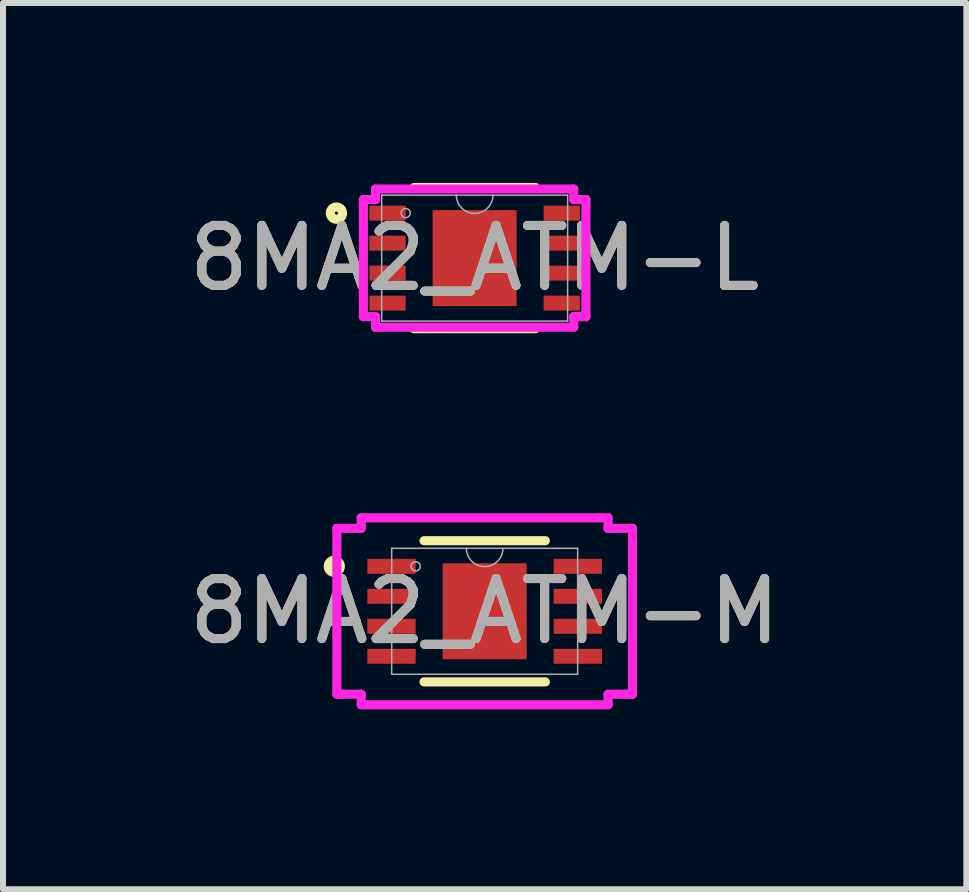
<source format=kicad_pcb>
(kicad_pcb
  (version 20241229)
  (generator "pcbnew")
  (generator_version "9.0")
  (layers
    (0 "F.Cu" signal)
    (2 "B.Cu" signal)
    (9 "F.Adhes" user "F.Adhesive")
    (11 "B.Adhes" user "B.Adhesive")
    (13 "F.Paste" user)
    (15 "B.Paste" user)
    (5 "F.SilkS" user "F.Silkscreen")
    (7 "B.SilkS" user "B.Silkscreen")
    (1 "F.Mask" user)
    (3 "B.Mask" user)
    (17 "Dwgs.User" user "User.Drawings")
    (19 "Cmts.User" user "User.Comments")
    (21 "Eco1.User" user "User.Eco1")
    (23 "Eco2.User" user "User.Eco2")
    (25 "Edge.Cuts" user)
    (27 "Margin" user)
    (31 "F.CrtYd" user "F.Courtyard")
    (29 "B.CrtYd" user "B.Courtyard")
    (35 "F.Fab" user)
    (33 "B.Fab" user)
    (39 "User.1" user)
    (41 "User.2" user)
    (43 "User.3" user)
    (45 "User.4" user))
  (footprint "8MA2_ATM-L"
    (layer "F.Cu")
    (at 4.863 1.253)
    (property "Reference" "8MA2_ATM-L" (at 0 0 0) (unlocked yes) (layer "F.SilkS") (effects (font (size 1 1) (thickness 0.15))))
    (attr smd)
    (fp_line (start -1.011 1.177) (end 1.011 1.177) (stroke (width 0.152) (type solid)) (layer "F.SilkS"))
    (fp_line (start 1.011 -1.177) (end -1.011 -1.177) (stroke (width 0.152) (type solid)) (layer "F.SilkS"))
    (fp_circle (center -2.304 -0.75) (end -2.202 -0.75) (stroke (width 0.152) (type solid)) (fill no) (layer "F.SilkS"))
    (fp_line (start -1.855 -0.976) (end -1.652 -0.976) (stroke (width 0.152) (type solid)) (layer "F.CrtYd"))
    (fp_line (start -1.855 0.976) (end -1.855 -0.976) (stroke (width 0.152) (type solid)) (layer "F.CrtYd"))
    (fp_line (start -1.855 0.976) (end -1.652 0.976) (stroke (width 0.152) (type solid)) (layer "F.CrtYd"))
    (fp_line (start -1.652 -1.152) (end 1.652 -1.152) (stroke (width 0.152) (type solid)) (layer "F.CrtYd"))
    (fp_line (start -1.652 -0.976) (end -1.652 -1.152) (stroke (width 0.152) (type solid)) (layer "F.CrtYd"))
    (fp_line (start -1.652 1.152) (end -1.652 0.976) (stroke (width 0.152) (type solid)) (layer "F.CrtYd"))
    (fp_line (start 1.652 -1.152) (end 1.652 -0.976) (stroke (width 0.152) (type solid)) (layer "F.CrtYd"))
    (fp_line (start 1.652 0.976) (end 1.652 1.152) (stroke (width 0.152) (type solid)) (layer "F.CrtYd"))
    (fp_line (start 1.652 1.152) (end -1.652 1.152) (stroke (width 0.152) (type solid)) (layer "F.CrtYd"))
    (fp_line (start 1.855 -0.976) (end 1.652 -0.976) (stroke (width 0.152) (type solid)) (layer "F.CrtYd"))
    (fp_line (start 1.855 -0.976) (end 1.855 0.976) (stroke (width 0.152) (type solid)) (layer "F.CrtYd"))
    (fp_line (start 1.855 0.976) (end 1.652 0.976) (stroke (width 0.152) (type solid)) (layer "F.CrtYd"))
    (fp_line (start -1.55 -1.05) (end -1.55 1.05) (stroke (width 0.025) (type solid)) (layer "F.Fab"))
    (fp_line (start -1.55 1.05) (end 1.55 1.05) (stroke (width 0.025) (type solid)) (layer "F.Fab"))
    (fp_line (start 1.55 -1.05) (end -1.55 -1.05) (stroke (width 0.025) (type solid)) (layer "F.Fab"))
    (fp_line (start 1.55 1.05) (end 1.55 -1.05) (stroke (width 0.025) (type solid)) (layer "F.Fab"))
    (fp_arc (start 0.3048 -1.05) (mid 0 -0.7452) (end -0.3048 -1.05) (stroke (width 0.0254) (type solid)) (layer "F.Fab"))
    (fp_circle (center -1.15 -0.75) (end -1.074 -0.75) (stroke (width 0.025) (type solid)) (fill no) (layer "F.Fab"))
    (fp_text user "${REFERENCE}" (at 0 0 0) (unlocked yes) (layer "F.Fab") (effects (font (size 1 1) (thickness 0.15))))
    (pad "1" smd rect (at -1.452 -0.75) (size 0.603 0.249) (layers "F.Cu" "F.Mask" "F.Paste"))
    (pad "2" smd rect (at -1.452 -0.25) (size 0.603 0.249) (layers "F.Cu" "F.Mask" "F.Paste"))
    (pad "3" smd rect (at -1.452 0.25) (size 0.603 0.249) (layers "F.Cu" "F.Mask" "F.Paste"))
    (pad "4" smd rect (at -1.452 0.75) (size 0.603 0.249) (layers "F.Cu" "F.Mask" "F.Paste"))
    (pad "5" smd rect (at 1.452 0.75) (size 0.603 0.249) (layers "F.Cu" "F.Mask" "F.Paste"))
    (pad "6" smd rect (at 1.452 0.25) (size 0.603 0.249) (layers "F.Cu" "F.Mask" "F.Paste"))
    (pad "7" smd rect (at 1.452 -0.25) (size 0.603 0.249) (layers "F.Cu" "F.Mask" "F.Paste"))
    (pad "8" smd rect (at 1.452 -0.75) (size 0.603 0.249) (layers "F.Cu" "F.Mask" "F.Paste"))
    (pad "9" smd rect (at 0 0) (size 1.4 1.6) (layers "F.Cu" "F.Mask" "F.Paste")))
  (footprint "8MA2_ATM-M"
    (layer "F.Cu")
    (at 5.03 7.141)
    (property "Reference" "8MA2_ATM-M" (at 0 0 0) (unlocked yes) (layer "F.SilkS") (effects (font (size 1 1) (thickness 0.15))))
    (attr smd)
    (fp_line (start -1.011 1.177) (end 1.011 1.177) (stroke (width 0.152) (type solid)) (layer "F.SilkS"))
    (fp_line (start 1.011 -1.177) (end -1.011 -1.177) (stroke (width 0.152) (type solid)) (layer "F.SilkS"))
    (fp_circle (center -2.507 -0.75) (end -2.406 -0.75) (stroke (width 0.152) (type solid)) (fill no) (layer "F.SilkS"))
    (fp_line (start -2.464 -1.383) (end -2.058 -1.383) (stroke (width 0.152) (type solid)) (layer "F.CrtYd"))
    (fp_line (start -2.464 1.383) (end -2.464 -1.383) (stroke (width 0.152) (type solid)) (layer "F.CrtYd"))
    (fp_line (start -2.464 1.383) (end -2.058 1.383) (stroke (width 0.152) (type solid)) (layer "F.CrtYd"))
    (fp_line (start -2.058 -1.558) (end 2.058 -1.558) (stroke (width 0.152) (type solid)) (layer "F.CrtYd"))
    (fp_line (start -2.058 -1.383) (end -2.058 -1.558) (stroke (width 0.152) (type solid)) (layer "F.CrtYd"))
    (fp_line (start -2.058 1.558) (end -2.058 1.383) (stroke (width 0.152) (type solid)) (layer "F.CrtYd"))
    (fp_line (start 2.058 -1.558) (end 2.058 -1.383) (stroke (width 0.152) (type solid)) (layer "F.CrtYd"))
    (fp_line (start 2.058 1.383) (end 2.058 1.558) (stroke (width 0.152) (type solid)) (layer "F.CrtYd"))
    (fp_line (start 2.058 1.558) (end -2.058 1.558) (stroke (width 0.152) (type solid)) (layer "F.CrtYd"))
    (fp_line (start 2.464 -1.383) (end 2.058 -1.383) (stroke (width 0.152) (type solid)) (layer "F.CrtYd"))
    (fp_line (start 2.464 -1.383) (end 2.464 1.383) (stroke (width 0.152) (type solid)) (layer "F.CrtYd"))
    (fp_line (start 2.464 1.383) (end 2.058 1.383) (stroke (width 0.152) (type solid)) (layer "F.CrtYd"))
    (fp_line (start -1.55 -1.05) (end -1.55 1.05) (stroke (width 0.025) (type solid)) (layer "F.Fab"))
    (fp_line (start -1.55 1.05) (end 1.55 1.05) (stroke (width 0.025) (type solid)) (layer "F.Fab"))
    (fp_line (start 1.55 -1.05) (end -1.55 -1.05) (stroke (width 0.025) (type solid)) (layer "F.Fab"))
    (fp_line (start 1.55 1.05) (end 1.55 -1.05) (stroke (width 0.025) (type solid)) (layer "F.Fab"))
    (fp_arc (start 0.3048 -1.05) (mid 0 -0.7452) (end -0.3048 -1.05) (stroke (width 0.0254) (type solid)) (layer "F.Fab"))
    (fp_circle (center -1.15 -0.75) (end -1.074 -0.75) (stroke (width 0.025) (type solid)) (fill no) (layer "F.Fab"))
    (fp_text user "${REFERENCE}" (at 0 0 0) (unlocked yes) (layer "F.Fab") (effects (font (size 1 1) (thickness 0.15))))
    (pad "1" smd rect (at -1.553 -0.75) (size 0.806 0.249) (layers "F.Cu" "F.Mask" "F.Paste"))
    (pad "2" smd rect (at -1.553 -0.25) (size 0.806 0.249) (layers "F.Cu" "F.Mask" "F.Paste"))
    (pad "3" smd rect (at -1.553 0.25) (size 0.806 0.249) (layers "F.Cu" "F.Mask" "F.Paste"))
    (pad "4" smd rect (at -1.553 0.75) (size 0.806 0.249) (layers "F.Cu" "F.Mask" "F.Paste"))
    (pad "5" smd rect (at 1.553 0.75) (size 0.806 0.249) (layers "F.Cu" "F.Mask" "F.Paste"))
    (pad "6" smd rect (at 1.553 0.25) (size 0.806 0.249) (layers "F.Cu" "F.Mask" "F.Paste"))
    (pad "7" smd rect (at 1.553 -0.25) (size 0.806 0.249) (layers "F.Cu" "F.Mask" "F.Paste"))
    (pad "8" smd rect (at 1.553 -0.75) (size 0.806 0.249) (layers "F.Cu" "F.Mask" "F.Paste"))
    (pad "9" smd rect (at 0 0) (size 1.4 1.6) (layers "F.Cu" "F.Mask" "F.Paste")))
  (gr_rect
    (start -3 -3)
    (end 13.06 11.775)
    (stroke (width 0.1) (type default))
    (fill no)
    (layer "Edge.Cuts")))
</source>
